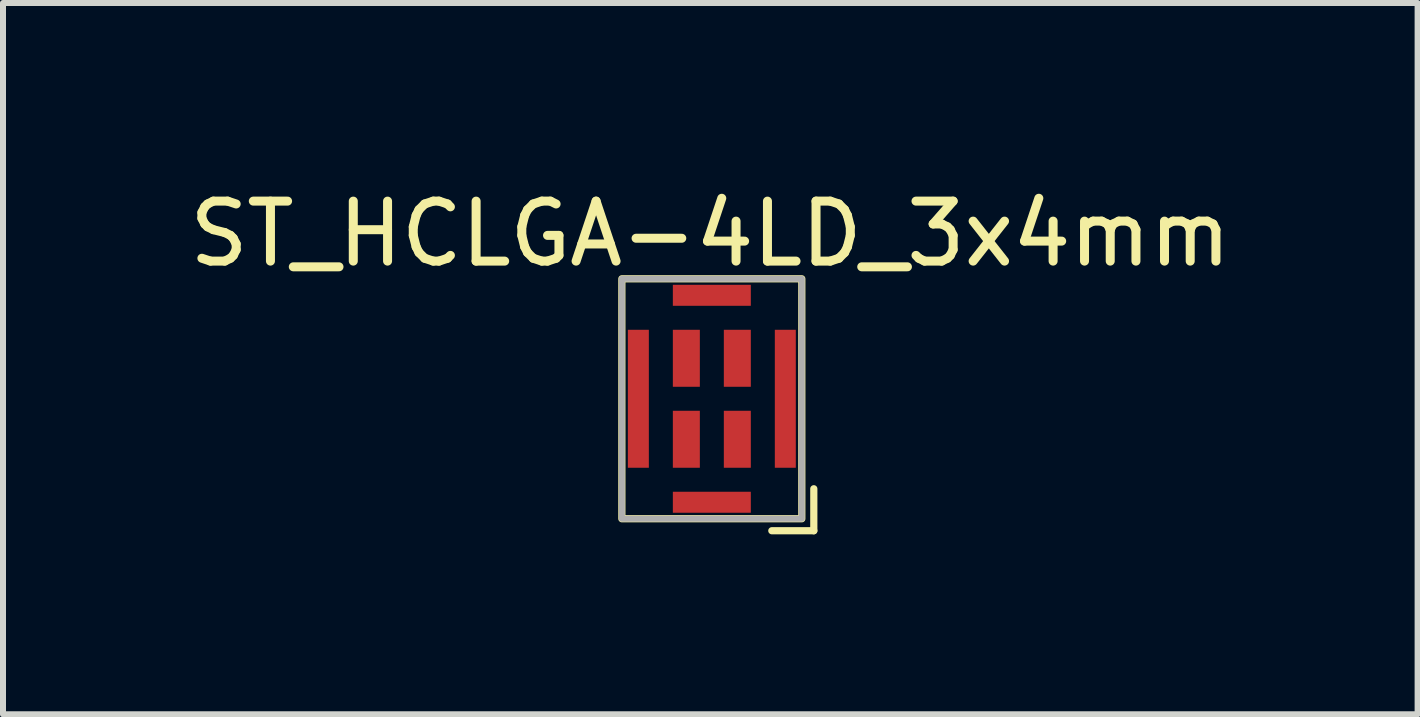
<source format=kicad_pcb>
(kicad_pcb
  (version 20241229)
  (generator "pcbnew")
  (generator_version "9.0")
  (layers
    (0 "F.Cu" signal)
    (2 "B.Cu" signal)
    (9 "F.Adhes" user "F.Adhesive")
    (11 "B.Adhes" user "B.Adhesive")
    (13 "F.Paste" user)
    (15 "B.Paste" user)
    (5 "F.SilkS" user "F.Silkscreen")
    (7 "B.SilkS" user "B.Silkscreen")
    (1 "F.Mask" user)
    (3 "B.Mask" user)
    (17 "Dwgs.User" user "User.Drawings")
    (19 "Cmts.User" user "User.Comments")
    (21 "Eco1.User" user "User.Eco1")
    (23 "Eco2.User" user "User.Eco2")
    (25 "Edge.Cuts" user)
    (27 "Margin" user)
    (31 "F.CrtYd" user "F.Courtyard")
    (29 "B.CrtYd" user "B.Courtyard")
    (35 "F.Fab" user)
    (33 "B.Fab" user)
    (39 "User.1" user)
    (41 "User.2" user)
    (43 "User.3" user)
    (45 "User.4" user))
  (footprint "ST_HCLGA-4LD_3x4mm"
    (layer "F.Cu")
    (at 8.817 3.598)
    (property "Reference" "ST_HCLGA-4LD_3x4mm" (at -0.025 -2.75 0) (unlocked yes) (layer "F.SilkS") (effects (font (size 1 1) (thickness 0.15))))
    (attr smd)
    (fp_line (start 1 2.2) (end 1.7 2.2) (stroke (width 0.12) (type default)) (layer "F.SilkS"))
    (fp_line (start 1.7 2.2) (end 1.7 1.5) (stroke (width 0.12) (type default)) (layer "F.SilkS"))
    (fp_rect (start -1.5 -2) (end 1.5 2) (stroke (width 0.12) (type default)) (fill no) (layer "F.SilkS"))
    (fp_rect (start -1.5 -2) (end 1.5 2) (stroke (width 0.1) (type default)) (fill no) (layer "F.Fab"))
    (pad "1" smd rect (at 0.425 0.675) (size 0.45 0.95) (layers "F.Cu" "F.Mask" "F.Paste"))
    (pad "2" smd rect (at 0.425 -0.675) (size 0.45 0.95) (layers "F.Cu" "F.Mask" "F.Paste"))
    (pad "3" smd rect (at -0.425 -0.675) (size 0.45 0.95) (layers "F.Cu" "F.Mask" "F.Paste"))
    (pad "4" smd rect (at -0.425 0.675) (size 0.45 0.95) (layers "F.Cu" "F.Mask" "F.Paste"))
    (pad "5" smd rect (at -1.225 0) (size 0.35 2.3) (layers "F.Cu" "F.Mask" "F.Paste"))
    (pad "5" smd rect (at 0 -1.725) (size 1.3 0.35) (layers "F.Cu" "F.Mask" "F.Paste"))
    (pad "5" smd rect (at 0 1.725) (size 1.3 0.35) (layers "F.Cu" "F.Mask" "F.Paste"))
    (pad "5" smd rect (at 1.225 0) (size 0.35 2.3) (layers "F.Cu" "F.Mask" "F.Paste")))
  (gr_rect
    (start -3 -3)
    (end 20.583 8.858)
    (stroke (width 0.1) (type default))
    (fill no)
    (layer "Edge.Cuts")))
</source>
